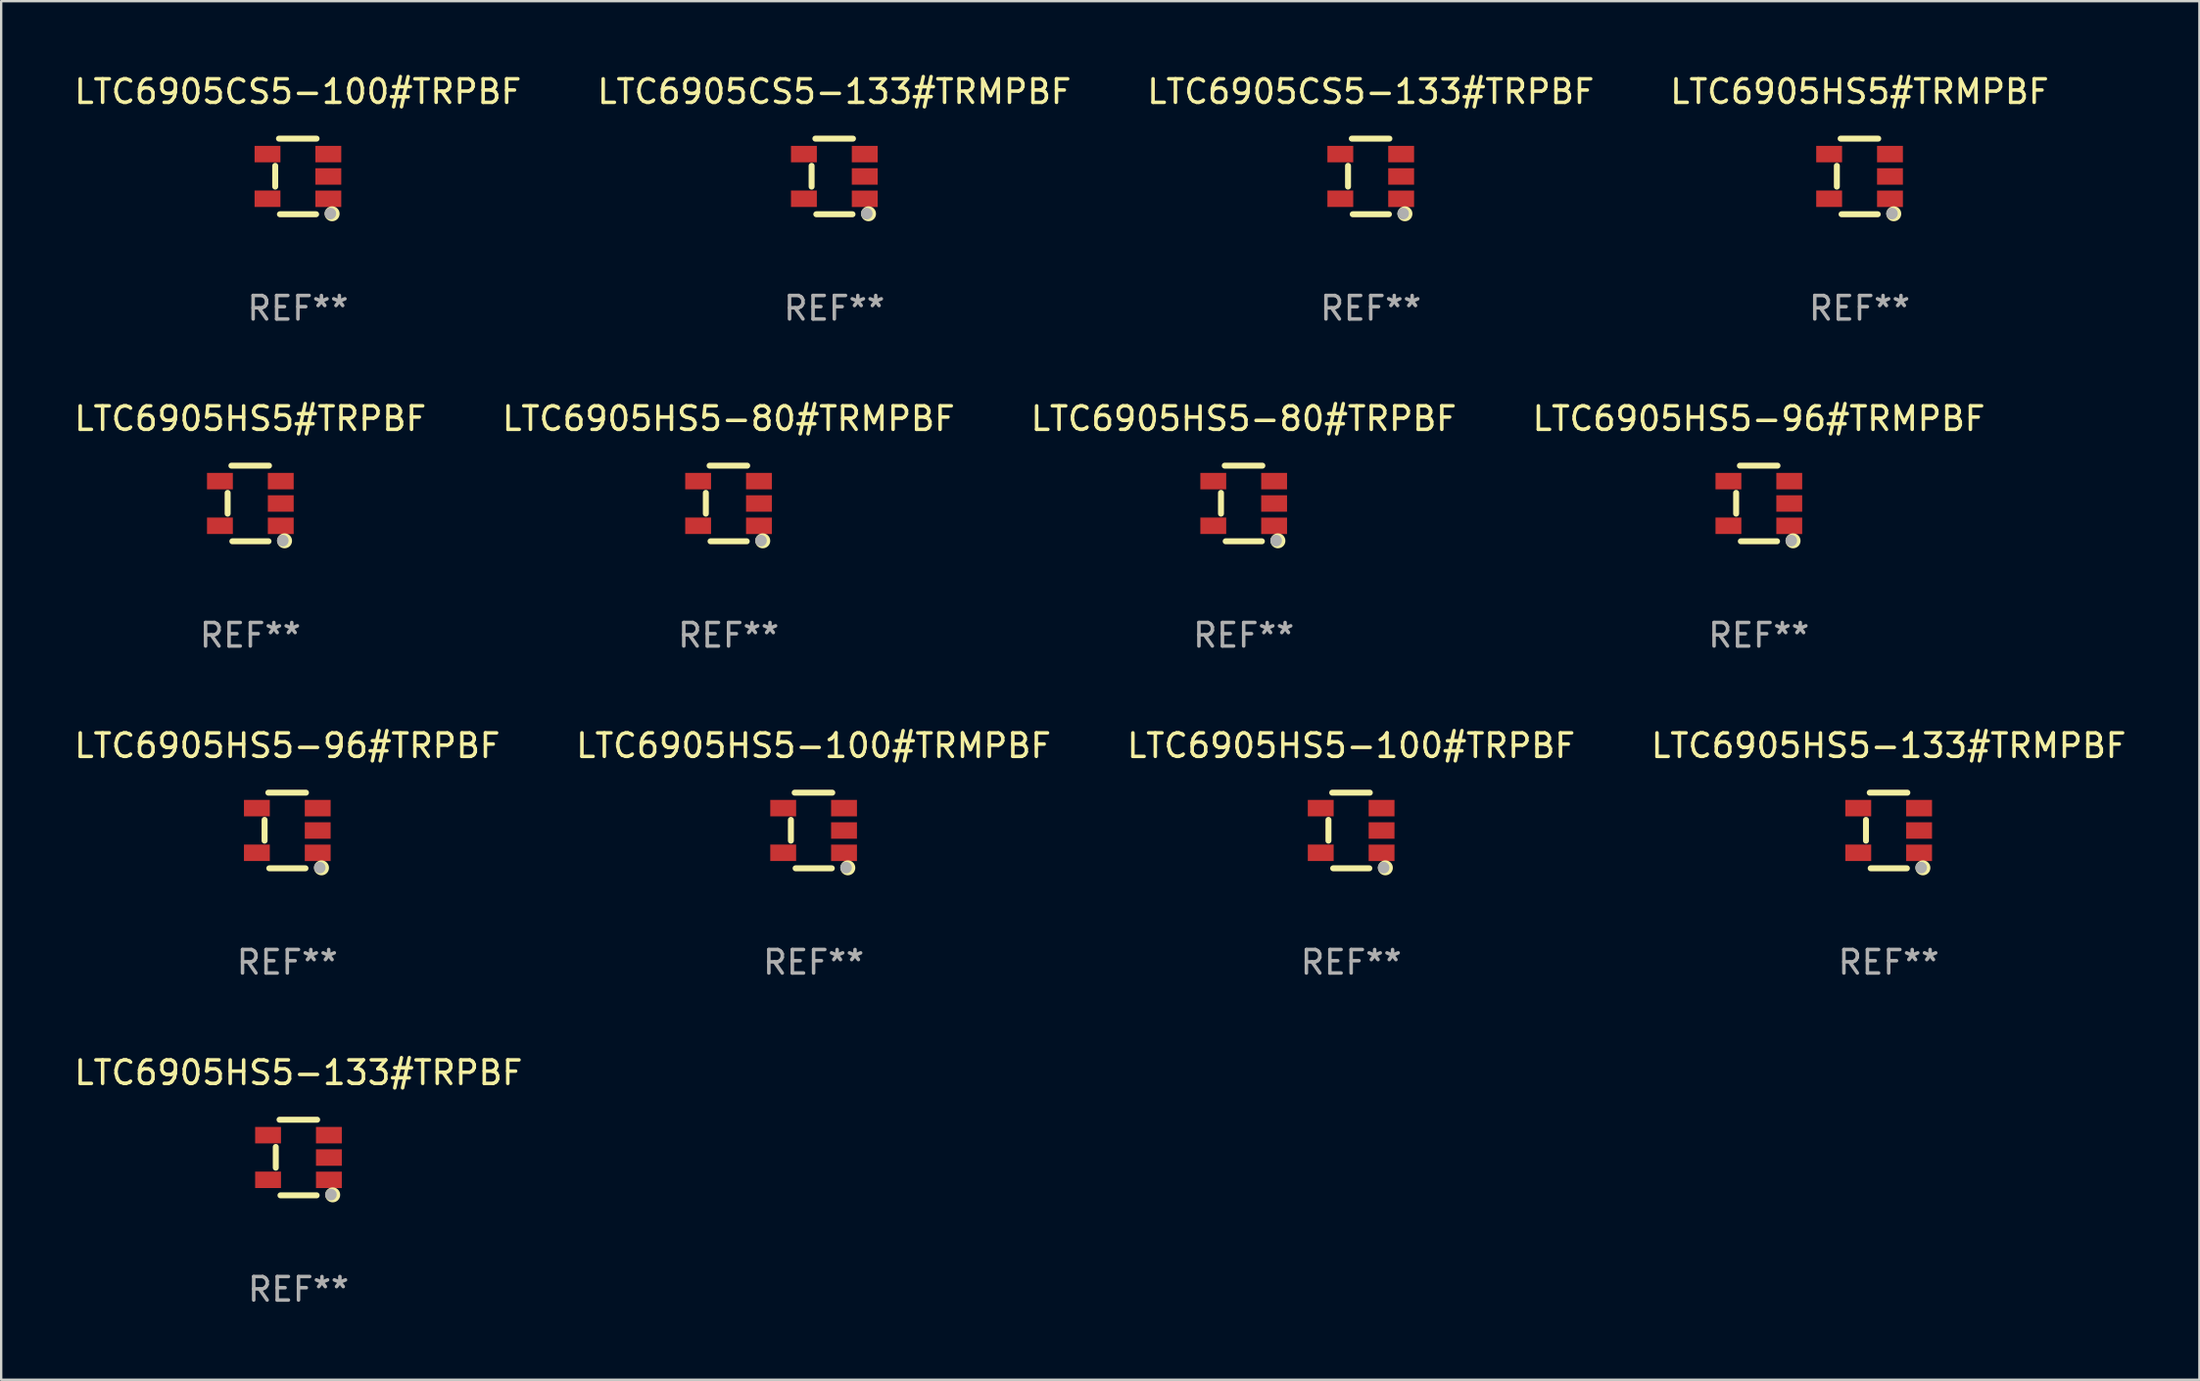
<source format=kicad_pcb>
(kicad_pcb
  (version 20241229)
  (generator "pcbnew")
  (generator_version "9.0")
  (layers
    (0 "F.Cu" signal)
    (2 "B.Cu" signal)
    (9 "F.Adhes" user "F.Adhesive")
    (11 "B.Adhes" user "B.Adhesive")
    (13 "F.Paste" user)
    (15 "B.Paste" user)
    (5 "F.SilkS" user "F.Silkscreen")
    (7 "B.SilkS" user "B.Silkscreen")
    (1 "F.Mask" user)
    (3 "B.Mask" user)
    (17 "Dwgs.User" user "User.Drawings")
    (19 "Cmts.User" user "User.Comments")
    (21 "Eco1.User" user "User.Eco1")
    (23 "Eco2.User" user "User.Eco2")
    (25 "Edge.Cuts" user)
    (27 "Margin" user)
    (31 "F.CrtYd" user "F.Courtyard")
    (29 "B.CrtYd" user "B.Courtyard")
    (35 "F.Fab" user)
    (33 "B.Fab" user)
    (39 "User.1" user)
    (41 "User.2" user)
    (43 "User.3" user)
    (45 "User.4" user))
  (footprint "LTC6905CS5-100#TRPBF"
    (layer "F.Cu")
    (at 9.625 4.457)
    (property "Reference" "LTC6905CS5-100#TRPBF" (at 0 -3.609 0) (layer "F.SilkS") (effects (font (size 1 1) (thickness 0.15))))
    (attr through_hole)
    (fp_line (start -0.966 0.433) (end -0.966 -0.451) (stroke (width 0.254) (type solid)) (layer "F.SilkS"))
    (fp_line (start -0.806 -1.609) (end 0.794 -1.609) (stroke (width 0.254) (type solid)) (layer "F.SilkS"))
    (fp_line (start -0.766 1.609) (end 0.774 1.609) (stroke (width 0.254) (type solid)) (layer "F.SilkS"))
    (fp_circle (center 1.4 1.45) (end 1.43 1.45) (stroke (width 0.06) (type solid)) (fill no) (layer "F.SilkS"))
    (fp_circle (center 1.456 1.589) (end 1.52 1.589) (stroke (width 0.254) (type solid)) (fill no) (layer "F.SilkS"))
    (fp_circle (center 1.38 1.58) (end 1.505 1.58) (stroke (width 0.25) (type solid)) (fill no) (layer "F.Fab"))
    (fp_text user "REF**" (at 0 5.609 0) (layer "F.Fab") (effects (font (size 1 1) (thickness 0.15))))
    (pad "1" smd rect (at 1.294 0.951) (size 1.1 0.7) (layers "F.Cu" "F.Mask" "F.Paste"))
    (pad "2" smd rect (at 1.294 0.001) (size 1.1 0.7) (layers "F.Cu" "F.Mask" "F.Paste"))
    (pad "3" smd rect (at 1.294 -0.951) (size 1.1 0.7) (layers "F.Cu" "F.Mask" "F.Paste"))
    (pad "4" smd rect (at -1.294 -0.951 180) (size 1.1 0.7) (layers "F.Cu" "F.Mask" "F.Paste"))
    (pad "5" smd rect (at -1.294 0.949 180) (size 1.1 0.7) (layers "F.Cu" "F.Mask" "F.Paste")))
  (footprint "LTC6905HS5#TRMPBF"
    (layer "F.Cu")
    (at 76.065 4.457)
    (property "Reference" "LTC6905HS5#TRMPBF" (at 0 -3.609 0) (layer "F.SilkS") (effects (font (size 1 1) (thickness 0.15))))
    (attr through_hole)
    (fp_line (start -0.966 0.433) (end -0.966 -0.451) (stroke (width 0.254) (type solid)) (layer "F.SilkS"))
    (fp_line (start -0.806 -1.609) (end 0.794 -1.609) (stroke (width 0.254) (type solid)) (layer "F.SilkS"))
    (fp_line (start -0.766 1.609) (end 0.774 1.609) (stroke (width 0.254) (type solid)) (layer "F.SilkS"))
    (fp_circle (center 1.4 1.45) (end 1.43 1.45) (stroke (width 0.06) (type solid)) (fill no) (layer "F.SilkS"))
    (fp_circle (center 1.456 1.589) (end 1.52 1.589) (stroke (width 0.254) (type solid)) (fill no) (layer "F.SilkS"))
    (fp_circle (center 1.38 1.58) (end 1.505 1.58) (stroke (width 0.25) (type solid)) (fill no) (layer "F.Fab"))
    (fp_text user "REF**" (at 0 5.609 0) (layer "F.Fab") (effects (font (size 1 1) (thickness 0.15))))
    (pad "1" smd rect (at 1.294 0.951) (size 1.1 0.7) (layers "F.Cu" "F.Mask" "F.Paste"))
    (pad "2" smd rect (at 1.294 0.001) (size 1.1 0.7) (layers "F.Cu" "F.Mask" "F.Paste"))
    (pad "3" smd rect (at 1.294 -0.951) (size 1.1 0.7) (layers "F.Cu" "F.Mask" "F.Paste"))
    (pad "4" smd rect (at -1.294 -0.951 180) (size 1.1 0.7) (layers "F.Cu" "F.Mask" "F.Paste"))
    (pad "5" smd rect (at -1.294 0.949 180) (size 1.1 0.7) (layers "F.Cu" "F.Mask" "F.Paste")))
  (footprint "LTC6905HS5-100#TRPBF"
    (layer "F.Cu")
    (at 54.435 32.286)
    (property "Reference" "LTC6905HS5-100#TRPBF" (at 0 -3.609 0) (layer "F.SilkS") (effects (font (size 1 1) (thickness 0.15))))
    (attr through_hole)
    (fp_line (start -0.966 0.433) (end -0.966 -0.451) (stroke (width 0.254) (type solid)) (layer "F.SilkS"))
    (fp_line (start -0.806 -1.609) (end 0.794 -1.609) (stroke (width 0.254) (type solid)) (layer "F.SilkS"))
    (fp_line (start -0.766 1.609) (end 0.774 1.609) (stroke (width 0.254) (type solid)) (layer "F.SilkS"))
    (fp_circle (center 1.4 1.45) (end 1.43 1.45) (stroke (width 0.06) (type solid)) (fill no) (layer "F.SilkS"))
    (fp_circle (center 1.456 1.589) (end 1.52 1.589) (stroke (width 0.254) (type solid)) (fill no) (layer "F.SilkS"))
    (fp_circle (center 1.38 1.58) (end 1.505 1.58) (stroke (width 0.25) (type solid)) (fill no) (layer "F.Fab"))
    (fp_text user "REF**" (at 0 5.609 0) (layer "F.Fab") (effects (font (size 1 1) (thickness 0.15))))
    (pad "1" smd rect (at 1.294 0.951) (size 1.1 0.7) (layers "F.Cu" "F.Mask" "F.Paste"))
    (pad "2" smd rect (at 1.294 0.001) (size 1.1 0.7) (layers "F.Cu" "F.Mask" "F.Paste"))
    (pad "3" smd rect (at 1.294 -0.951) (size 1.1 0.7) (layers "F.Cu" "F.Mask" "F.Paste"))
    (pad "4" smd rect (at -1.294 -0.951 180) (size 1.1 0.7) (layers "F.Cu" "F.Mask" "F.Paste"))
    (pad "5" smd rect (at -1.294 0.949 180) (size 1.1 0.7) (layers "F.Cu" "F.Mask" "F.Paste")))
  (footprint "LTC6905HS5-100#TRMPBF"
    (layer "F.Cu")
    (at 31.565 32.286)
    (property "Reference" "LTC6905HS5-100#TRMPBF" (at 0 -3.609 0) (layer "F.SilkS") (effects (font (size 1 1) (thickness 0.15))))
    (attr through_hole)
    (fp_line (start -0.966 0.433) (end -0.966 -0.451) (stroke (width 0.254) (type solid)) (layer "F.SilkS"))
    (fp_line (start -0.806 -1.609) (end 0.794 -1.609) (stroke (width 0.254) (type solid)) (layer "F.SilkS"))
    (fp_line (start -0.766 1.609) (end 0.774 1.609) (stroke (width 0.254) (type solid)) (layer "F.SilkS"))
    (fp_circle (center 1.4 1.45) (end 1.43 1.45) (stroke (width 0.06) (type solid)) (fill no) (layer "F.SilkS"))
    (fp_circle (center 1.456 1.589) (end 1.52 1.589) (stroke (width 0.254) (type solid)) (fill no) (layer "F.SilkS"))
    (fp_circle (center 1.38 1.58) (end 1.505 1.58) (stroke (width 0.25) (type solid)) (fill no) (layer "F.Fab"))
    (fp_text user "REF**" (at 0 5.609 0) (layer "F.Fab") (effects (font (size 1 1) (thickness 0.15))))
    (pad "1" smd rect (at 1.294 0.951) (size 1.1 0.7) (layers "F.Cu" "F.Mask" "F.Paste"))
    (pad "2" smd rect (at 1.294 0.001) (size 1.1 0.7) (layers "F.Cu" "F.Mask" "F.Paste"))
    (pad "3" smd rect (at 1.294 -0.951) (size 1.1 0.7) (layers "F.Cu" "F.Mask" "F.Paste"))
    (pad "4" smd rect (at -1.294 -0.951 180) (size 1.1 0.7) (layers "F.Cu" "F.Mask" "F.Paste"))
    (pad "5" smd rect (at -1.294 0.949 180) (size 1.1 0.7) (layers "F.Cu" "F.Mask" "F.Paste")))
  (footprint "LTC6905CS5-133#TRPBF"
    (layer "F.Cu")
    (at 55.268 4.457)
    (property "Reference" "LTC6905CS5-133#TRPBF" (at 0 -3.609 0) (layer "F.SilkS") (effects (font (size 1 1) (thickness 0.15))))
    (attr through_hole)
    (fp_line (start -0.966 0.433) (end -0.966 -0.451) (stroke (width 0.254) (type solid)) (layer "F.SilkS"))
    (fp_line (start -0.806 -1.609) (end 0.794 -1.609) (stroke (width 0.254) (type solid)) (layer "F.SilkS"))
    (fp_line (start -0.766 1.609) (end 0.774 1.609) (stroke (width 0.254) (type solid)) (layer "F.SilkS"))
    (fp_circle (center 1.4 1.45) (end 1.43 1.45) (stroke (width 0.06) (type solid)) (fill no) (layer "F.SilkS"))
    (fp_circle (center 1.456 1.589) (end 1.52 1.589) (stroke (width 0.254) (type solid)) (fill no) (layer "F.SilkS"))
    (fp_circle (center 1.38 1.58) (end 1.505 1.58) (stroke (width 0.25) (type solid)) (fill no) (layer "F.Fab"))
    (fp_text user "REF**" (at 0 5.609 0) (layer "F.Fab") (effects (font (size 1 1) (thickness 0.15))))
    (pad "1" smd rect (at 1.294 0.951) (size 1.1 0.7) (layers "F.Cu" "F.Mask" "F.Paste"))
    (pad "2" smd rect (at 1.294 0.001) (size 1.1 0.7) (layers "F.Cu" "F.Mask" "F.Paste"))
    (pad "3" smd rect (at 1.294 -0.951) (size 1.1 0.7) (layers "F.Cu" "F.Mask" "F.Paste"))
    (pad "4" smd rect (at -1.294 -0.951 180) (size 1.1 0.7) (layers "F.Cu" "F.Mask" "F.Paste"))
    (pad "5" smd rect (at -1.294 0.949 180) (size 1.1 0.7) (layers "F.Cu" "F.Mask" "F.Paste")))
  (footprint "LTC6905HS5-80#TRMPBF"
    (layer "F.Cu")
    (at 27.946 18.372)
    (property "Reference" "LTC6905HS5-80#TRMPBF" (at 0 -3.609 0) (layer "F.SilkS") (effects (font (size 1 1) (thickness 0.15))))
    (attr through_hole)
    (fp_line (start -0.966 0.433) (end -0.966 -0.451) (stroke (width 0.254) (type solid)) (layer "F.SilkS"))
    (fp_line (start -0.806 -1.609) (end 0.794 -1.609) (stroke (width 0.254) (type solid)) (layer "F.SilkS"))
    (fp_line (start -0.766 1.609) (end 0.774 1.609) (stroke (width 0.254) (type solid)) (layer "F.SilkS"))
    (fp_circle (center 1.4 1.45) (end 1.43 1.45) (stroke (width 0.06) (type solid)) (fill no) (layer "F.SilkS"))
    (fp_circle (center 1.456 1.589) (end 1.52 1.589) (stroke (width 0.254) (type solid)) (fill no) (layer "F.SilkS"))
    (fp_circle (center 1.38 1.58) (end 1.505 1.58) (stroke (width 0.25) (type solid)) (fill no) (layer "F.Fab"))
    (fp_text user "REF**" (at 0 5.609 0) (layer "F.Fab") (effects (font (size 1 1) (thickness 0.15))))
    (pad "1" smd rect (at 1.294 0.951) (size 1.1 0.7) (layers "F.Cu" "F.Mask" "F.Paste"))
    (pad "2" smd rect (at 1.294 0.001) (size 1.1 0.7) (layers "F.Cu" "F.Mask" "F.Paste"))
    (pad "3" smd rect (at 1.294 -0.951) (size 1.1 0.7) (layers "F.Cu" "F.Mask" "F.Paste"))
    (pad "4" smd rect (at -1.294 -0.951 180) (size 1.1 0.7) (layers "F.Cu" "F.Mask" "F.Paste"))
    (pad "5" smd rect (at -1.294 0.949 180) (size 1.1 0.7) (layers "F.Cu" "F.Mask" "F.Paste")))
  (footprint "LTC6905CS5-133#TRMPBF"
    (layer "F.Cu")
    (at 32.446 4.457)
    (property "Reference" "LTC6905CS5-133#TRMPBF" (at 0 -3.609 0) (layer "F.SilkS") (effects (font (size 1 1) (thickness 0.15))))
    (attr through_hole)
    (fp_line (start -0.966 0.433) (end -0.966 -0.451) (stroke (width 0.254) (type solid)) (layer "F.SilkS"))
    (fp_line (start -0.806 -1.609) (end 0.794 -1.609) (stroke (width 0.254) (type solid)) (layer "F.SilkS"))
    (fp_line (start -0.766 1.609) (end 0.774 1.609) (stroke (width 0.254) (type solid)) (layer "F.SilkS"))
    (fp_circle (center 1.4 1.45) (end 1.43 1.45) (stroke (width 0.06) (type solid)) (fill no) (layer "F.SilkS"))
    (fp_circle (center 1.456 1.589) (end 1.52 1.589) (stroke (width 0.254) (type solid)) (fill no) (layer "F.SilkS"))
    (fp_circle (center 1.38 1.58) (end 1.505 1.58) (stroke (width 0.25) (type solid)) (fill no) (layer "F.Fab"))
    (fp_text user "REF**" (at 0 5.609 0) (layer "F.Fab") (effects (font (size 1 1) (thickness 0.15))))
    (pad "1" smd rect (at 1.294 0.951) (size 1.1 0.7) (layers "F.Cu" "F.Mask" "F.Paste"))
    (pad "2" smd rect (at 1.294 0.001) (size 1.1 0.7) (layers "F.Cu" "F.Mask" "F.Paste"))
    (pad "3" smd rect (at 1.294 -0.951) (size 1.1 0.7) (layers "F.Cu" "F.Mask" "F.Paste"))
    (pad "4" smd rect (at -1.294 -0.951 180) (size 1.1 0.7) (layers "F.Cu" "F.Mask" "F.Paste"))
    (pad "5" smd rect (at -1.294 0.949 180) (size 1.1 0.7) (layers "F.Cu" "F.Mask" "F.Paste")))
  (footprint "LTC6905HS5-96#TRPBF"
    (layer "F.Cu")
    (at 9.173 32.286)
    (property "Reference" "LTC6905HS5-96#TRPBF" (at 0 -3.609 0) (layer "F.SilkS") (effects (font (size 1 1) (thickness 0.15))))
    (attr through_hole)
    (fp_line (start -0.966 0.433) (end -0.966 -0.451) (stroke (width 0.254) (type solid)) (layer "F.SilkS"))
    (fp_line (start -0.806 -1.609) (end 0.794 -1.609) (stroke (width 0.254) (type solid)) (layer "F.SilkS"))
    (fp_line (start -0.766 1.609) (end 0.774 1.609) (stroke (width 0.254) (type solid)) (layer "F.SilkS"))
    (fp_circle (center 1.4 1.45) (end 1.43 1.45) (stroke (width 0.06) (type solid)) (fill no) (layer "F.SilkS"))
    (fp_circle (center 1.456 1.589) (end 1.52 1.589) (stroke (width 0.254) (type solid)) (fill no) (layer "F.SilkS"))
    (fp_circle (center 1.38 1.58) (end 1.505 1.58) (stroke (width 0.25) (type solid)) (fill no) (layer "F.Fab"))
    (fp_text user "REF**" (at 0 5.609 0) (layer "F.Fab") (effects (font (size 1 1) (thickness 0.15))))
    (pad "1" smd rect (at 1.294 0.951) (size 1.1 0.7) (layers "F.Cu" "F.Mask" "F.Paste"))
    (pad "2" smd rect (at 1.294 0.001) (size 1.1 0.7) (layers "F.Cu" "F.Mask" "F.Paste"))
    (pad "3" smd rect (at 1.294 -0.951) (size 1.1 0.7) (layers "F.Cu" "F.Mask" "F.Paste"))
    (pad "4" smd rect (at -1.294 -0.951 180) (size 1.1 0.7) (layers "F.Cu" "F.Mask" "F.Paste"))
    (pad "5" smd rect (at -1.294 0.949 180) (size 1.1 0.7) (layers "F.Cu" "F.Mask" "F.Paste")))
  (footprint "LTC6905HS5-96#TRMPBF"
    (layer "F.Cu")
    (at 71.78 18.372)
    (property "Reference" "LTC6905HS5-96#TRMPBF" (at 0 -3.609 0) (layer "F.SilkS") (effects (font (size 1 1) (thickness 0.15))))
    (attr through_hole)
    (fp_line (start -0.966 0.433) (end -0.966 -0.451) (stroke (width 0.254) (type solid)) (layer "F.SilkS"))
    (fp_line (start -0.806 -1.609) (end 0.794 -1.609) (stroke (width 0.254) (type solid)) (layer "F.SilkS"))
    (fp_line (start -0.766 1.609) (end 0.774 1.609) (stroke (width 0.254) (type solid)) (layer "F.SilkS"))
    (fp_circle (center 1.4 1.45) (end 1.43 1.45) (stroke (width 0.06) (type solid)) (fill no) (layer "F.SilkS"))
    (fp_circle (center 1.456 1.589) (end 1.52 1.589) (stroke (width 0.254) (type solid)) (fill no) (layer "F.SilkS"))
    (fp_circle (center 1.38 1.58) (end 1.505 1.58) (stroke (width 0.25) (type solid)) (fill no) (layer "F.Fab"))
    (fp_text user "REF**" (at 0 5.609 0) (layer "F.Fab") (effects (font (size 1 1) (thickness 0.15))))
    (pad "1" smd rect (at 1.294 0.951) (size 1.1 0.7) (layers "F.Cu" "F.Mask" "F.Paste"))
    (pad "2" smd rect (at 1.294 0.001) (size 1.1 0.7) (layers "F.Cu" "F.Mask" "F.Paste"))
    (pad "3" smd rect (at 1.294 -0.951) (size 1.1 0.7) (layers "F.Cu" "F.Mask" "F.Paste"))
    (pad "4" smd rect (at -1.294 -0.951 180) (size 1.1 0.7) (layers "F.Cu" "F.Mask" "F.Paste"))
    (pad "5" smd rect (at -1.294 0.949 180) (size 1.1 0.7) (layers "F.Cu" "F.Mask" "F.Paste")))
  (footprint "LTC6905HS5-80#TRPBF"
    (layer "F.Cu")
    (at 49.863 18.372)
    (property "Reference" "LTC6905HS5-80#TRPBF" (at 0 -3.609 0) (layer "F.SilkS") (effects (font (size 1 1) (thickness 0.15))))
    (attr through_hole)
    (fp_line (start -0.966 0.433) (end -0.966 -0.451) (stroke (width 0.254) (type solid)) (layer "F.SilkS"))
    (fp_line (start -0.806 -1.609) (end 0.794 -1.609) (stroke (width 0.254) (type solid)) (layer "F.SilkS"))
    (fp_line (start -0.766 1.609) (end 0.774 1.609) (stroke (width 0.254) (type solid)) (layer "F.SilkS"))
    (fp_circle (center 1.4 1.45) (end 1.43 1.45) (stroke (width 0.06) (type solid)) (fill no) (layer "F.SilkS"))
    (fp_circle (center 1.456 1.589) (end 1.52 1.589) (stroke (width 0.254) (type solid)) (fill no) (layer "F.SilkS"))
    (fp_circle (center 1.38 1.58) (end 1.505 1.58) (stroke (width 0.25) (type solid)) (fill no) (layer "F.Fab"))
    (fp_text user "REF**" (at 0 5.609 0) (layer "F.Fab") (effects (font (size 1 1) (thickness 0.15))))
    (pad "1" smd rect (at 1.294 0.951) (size 1.1 0.7) (layers "F.Cu" "F.Mask" "F.Paste"))
    (pad "2" smd rect (at 1.294 0.001) (size 1.1 0.7) (layers "F.Cu" "F.Mask" "F.Paste"))
    (pad "3" smd rect (at 1.294 -0.951) (size 1.1 0.7) (layers "F.Cu" "F.Mask" "F.Paste"))
    (pad "4" smd rect (at -1.294 -0.951 180) (size 1.1 0.7) (layers "F.Cu" "F.Mask" "F.Paste"))
    (pad "5" smd rect (at -1.294 0.949 180) (size 1.1 0.7) (layers "F.Cu" "F.Mask" "F.Paste")))
  (footprint "LTC6905HS5#TRPBF"
    (layer "F.Cu")
    (at 7.601 18.372)
    (property "Reference" "LTC6905HS5#TRPBF" (at 0 -3.609 0) (layer "F.SilkS") (effects (font (size 1 1) (thickness 0.15))))
    (attr through_hole)
    (fp_line (start -0.966 0.433) (end -0.966 -0.451) (stroke (width 0.254) (type solid)) (layer "F.SilkS"))
    (fp_line (start -0.806 -1.609) (end 0.794 -1.609) (stroke (width 0.254) (type solid)) (layer "F.SilkS"))
    (fp_line (start -0.766 1.609) (end 0.774 1.609) (stroke (width 0.254) (type solid)) (layer "F.SilkS"))
    (fp_circle (center 1.4 1.45) (end 1.43 1.45) (stroke (width 0.06) (type solid)) (fill no) (layer "F.SilkS"))
    (fp_circle (center 1.456 1.589) (end 1.52 1.589) (stroke (width 0.254) (type solid)) (fill no) (layer "F.SilkS"))
    (fp_circle (center 1.38 1.58) (end 1.505 1.58) (stroke (width 0.25) (type solid)) (fill no) (layer "F.Fab"))
    (fp_text user "REF**" (at 0 5.609 0) (layer "F.Fab") (effects (font (size 1 1) (thickness 0.15))))
    (pad "1" smd rect (at 1.294 0.951) (size 1.1 0.7) (layers "F.Cu" "F.Mask" "F.Paste"))
    (pad "2" smd rect (at 1.294 0.001) (size 1.1 0.7) (layers "F.Cu" "F.Mask" "F.Paste"))
    (pad "3" smd rect (at 1.294 -0.951) (size 1.1 0.7) (layers "F.Cu" "F.Mask" "F.Paste"))
    (pad "4" smd rect (at -1.294 -0.951 180) (size 1.1 0.7) (layers "F.Cu" "F.Mask" "F.Paste"))
    (pad "5" smd rect (at -1.294 0.949 180) (size 1.1 0.7) (layers "F.Cu" "F.Mask" "F.Paste")))
  (footprint "LTC6905HS5-133#TRMPBF"
    (layer "F.Cu")
    (at 77.304 32.286)
    (property "Reference" "LTC6905HS5-133#TRMPBF" (at 0 -3.609 0) (layer "F.SilkS") (effects (font (size 1 1) (thickness 0.15))))
    (attr through_hole)
    (fp_line (start -0.966 0.433) (end -0.966 -0.451) (stroke (width 0.254) (type solid)) (layer "F.SilkS"))
    (fp_line (start -0.806 -1.609) (end 0.794 -1.609) (stroke (width 0.254) (type solid)) (layer "F.SilkS"))
    (fp_line (start -0.766 1.609) (end 0.774 1.609) (stroke (width 0.254) (type solid)) (layer "F.SilkS"))
    (fp_circle (center 1.4 1.45) (end 1.43 1.45) (stroke (width 0.06) (type solid)) (fill no) (layer "F.SilkS"))
    (fp_circle (center 1.456 1.589) (end 1.52 1.589) (stroke (width 0.254) (type solid)) (fill no) (layer "F.SilkS"))
    (fp_circle (center 1.38 1.58) (end 1.505 1.58) (stroke (width 0.25) (type solid)) (fill no) (layer "F.Fab"))
    (fp_text user "REF**" (at 0 5.609 0) (layer "F.Fab") (effects (font (size 1 1) (thickness 0.15))))
    (pad "1" smd rect (at 1.294 0.951) (size 1.1 0.7) (layers "F.Cu" "F.Mask" "F.Paste"))
    (pad "2" smd rect (at 1.294 0.001) (size 1.1 0.7) (layers "F.Cu" "F.Mask" "F.Paste"))
    (pad "3" smd rect (at 1.294 -0.951) (size 1.1 0.7) (layers "F.Cu" "F.Mask" "F.Paste"))
    (pad "4" smd rect (at -1.294 -0.951 180) (size 1.1 0.7) (layers "F.Cu" "F.Mask" "F.Paste"))
    (pad "5" smd rect (at -1.294 0.949 180) (size 1.1 0.7) (layers "F.Cu" "F.Mask" "F.Paste")))
  (footprint "LTC6905HS5-133#TRPBF"
    (layer "F.Cu")
    (at 9.649 46.201)
    (property "Reference" "LTC6905HS5-133#TRPBF" (at 0 -3.609 0) (layer "F.SilkS") (effects (font (size 1 1) (thickness 0.15))))
    (attr through_hole)
    (fp_line (start -0.966 0.433) (end -0.966 -0.451) (stroke (width 0.254) (type solid)) (layer "F.SilkS"))
    (fp_line (start -0.806 -1.609) (end 0.794 -1.609) (stroke (width 0.254) (type solid)) (layer "F.SilkS"))
    (fp_line (start -0.766 1.609) (end 0.774 1.609) (stroke (width 0.254) (type solid)) (layer "F.SilkS"))
    (fp_circle (center 1.4 1.45) (end 1.43 1.45) (stroke (width 0.06) (type solid)) (fill no) (layer "F.SilkS"))
    (fp_circle (center 1.456 1.589) (end 1.52 1.589) (stroke (width 0.254) (type solid)) (fill no) (layer "F.SilkS"))
    (fp_circle (center 1.38 1.58) (end 1.505 1.58) (stroke (width 0.25) (type solid)) (fill no) (layer "F.Fab"))
    (fp_text user "REF**" (at 0 5.609 0) (layer "F.Fab") (effects (font (size 1 1) (thickness 0.15))))
    (pad "1" smd rect (at 1.294 0.951) (size 1.1 0.7) (layers "F.Cu" "F.Mask" "F.Paste"))
    (pad "2" smd rect (at 1.294 0.001) (size 1.1 0.7) (layers "F.Cu" "F.Mask" "F.Paste"))
    (pad "3" smd rect (at 1.294 -0.951) (size 1.1 0.7) (layers "F.Cu" "F.Mask" "F.Paste"))
    (pad "4" smd rect (at -1.294 -0.951 180) (size 1.1 0.7) (layers "F.Cu" "F.Mask" "F.Paste"))
    (pad "5" smd rect (at -1.294 0.949 180) (size 1.1 0.7) (layers "F.Cu" "F.Mask" "F.Paste")))
  (gr_rect
    (start -3 -3)
    (end 90.524 55.658)
    (stroke (width 0.1) (type default))
    (fill no)
    (layer "Edge.Cuts")))
</source>
